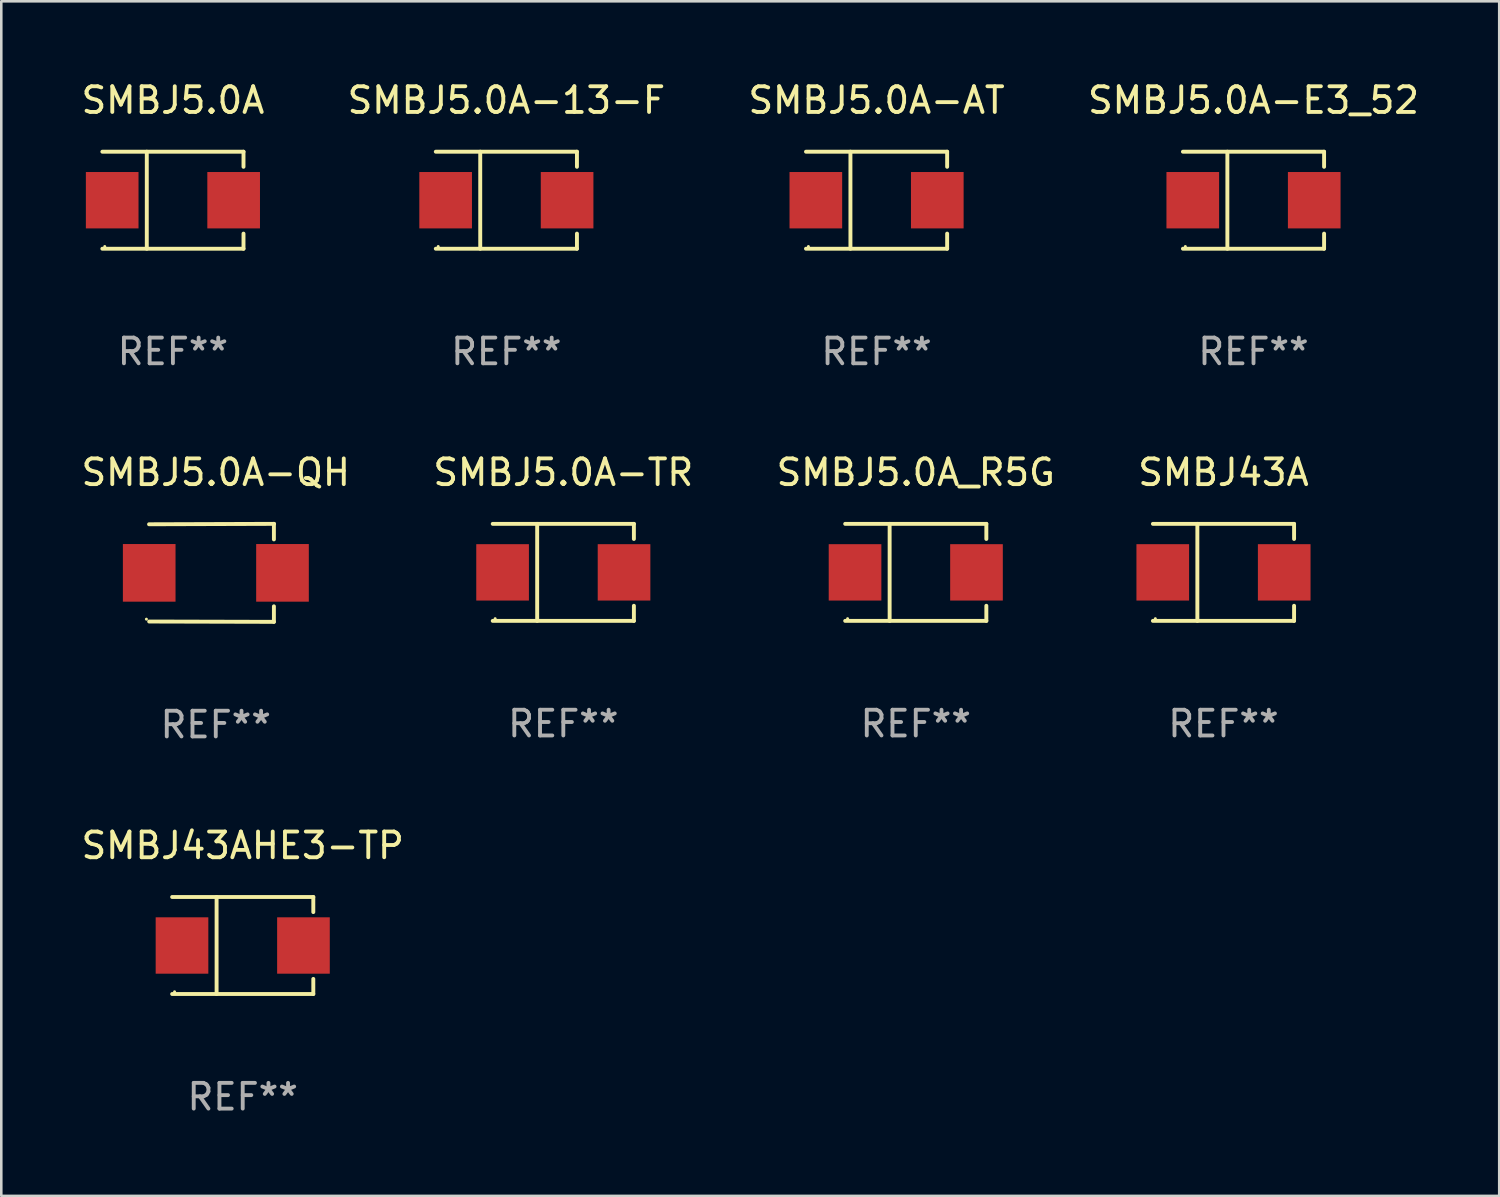
<source format=kicad_pcb>
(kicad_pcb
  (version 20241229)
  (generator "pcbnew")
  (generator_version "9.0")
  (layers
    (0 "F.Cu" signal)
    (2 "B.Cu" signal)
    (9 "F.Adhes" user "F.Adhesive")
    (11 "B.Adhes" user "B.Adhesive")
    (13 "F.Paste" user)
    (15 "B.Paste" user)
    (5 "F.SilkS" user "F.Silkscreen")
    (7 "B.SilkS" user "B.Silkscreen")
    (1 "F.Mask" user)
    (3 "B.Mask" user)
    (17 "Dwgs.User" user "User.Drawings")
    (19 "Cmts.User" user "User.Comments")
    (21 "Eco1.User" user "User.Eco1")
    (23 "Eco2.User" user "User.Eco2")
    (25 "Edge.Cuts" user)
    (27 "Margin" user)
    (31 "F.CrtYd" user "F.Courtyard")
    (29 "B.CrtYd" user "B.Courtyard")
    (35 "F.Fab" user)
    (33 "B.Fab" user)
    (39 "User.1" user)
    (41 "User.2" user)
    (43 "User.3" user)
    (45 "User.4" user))
  (footprint "SMBJ43AHE3-TP"
    (layer "F.Cu")
    (at 6.387 33.71)
    (property "Reference" "SMBJ43AHE3-TP" (at 0 -3.886 0) (layer "F.SilkS") (effects (font (size 1 1) (thickness 0.15))))
    (attr through_hole)
    (fp_line (start -2.744 -1.886) (end 2.744 -1.886) (stroke (width 0.152) (type solid)) (layer "F.SilkS"))
    (fp_line (start -2.744 1.886) (end 2.744 1.886) (stroke (width 0.152) (type solid)) (layer "F.SilkS"))
    (fp_line (start -1.016 -1.886) (end -1.016 1.886) (stroke (width 0.152) (type solid)) (layer "F.SilkS"))
    (fp_line (start 2.744 -1.886) (end 2.744 -1.299) (stroke (width 0.152) (type solid)) (layer "F.SilkS"))
    (fp_line (start 2.744 1.886) (end 2.744 1.299) (stroke (width 0.152) (type solid)) (layer "F.SilkS"))
    (fp_circle (center -2.65 1.8) (end -2.62 1.8) (stroke (width 0.06) (type solid)) (fill no) (layer "F.SilkS"))
    (fp_text user "REF**" (at 0 5.886 0) (layer "F.Fab") (effects (font (size 1 1) (thickness 0.15))))
    (pad "1" smd rect (at -2.361 0) (size 2.047 2.192) (layers "F.Cu" "F.Mask" "F.Paste"))
    (pad "2" smd rect (at 2.361 0) (size 2.047 2.192) (layers "F.Cu" "F.Mask" "F.Paste")))
  (footprint "SMBJ5.0A-TR"
    (layer "F.Cu")
    (at 18.851 19.203)
    (property "Reference" "SMBJ5.0A-TR" (at 0 -3.886 0) (layer "F.SilkS") (effects (font (size 1 1) (thickness 0.15))))
    (attr through_hole)
    (fp_line (start -2.744 -1.886) (end 2.744 -1.886) (stroke (width 0.152) (type solid)) (layer "F.SilkS"))
    (fp_line (start -2.744 1.886) (end 2.744 1.886) (stroke (width 0.152) (type solid)) (layer "F.SilkS"))
    (fp_line (start -1.016 -1.886) (end -1.016 1.886) (stroke (width 0.152) (type solid)) (layer "F.SilkS"))
    (fp_line (start 2.744 -1.886) (end 2.744 -1.299) (stroke (width 0.152) (type solid)) (layer "F.SilkS"))
    (fp_line (start 2.744 1.886) (end 2.744 1.299) (stroke (width 0.152) (type solid)) (layer "F.SilkS"))
    (fp_circle (center -2.65 1.8) (end -2.62 1.8) (stroke (width 0.06) (type solid)) (fill no) (layer "F.SilkS"))
    (fp_text user "REF**" (at 0 5.886 0) (layer "F.Fab") (effects (font (size 1 1) (thickness 0.15))))
    (pad "1" smd rect (at -2.361 0) (size 2.047 2.192) (layers "F.Cu" "F.Mask" "F.Paste"))
    (pad "2" smd rect (at 2.361 0) (size 2.047 2.192) (layers "F.Cu" "F.Mask" "F.Paste")))
  (footprint "SMBJ43A"
    (layer "F.Cu")
    (at 44.518 19.203)
    (property "Reference" "SMBJ43A" (at 0 -3.886 0) (layer "F.SilkS") (effects (font (size 1 1) (thickness 0.15))))
    (attr through_hole)
    (fp_line (start -2.744 -1.886) (end 2.744 -1.886) (stroke (width 0.152) (type solid)) (layer "F.SilkS"))
    (fp_line (start -2.744 1.886) (end 2.744 1.886) (stroke (width 0.152) (type solid)) (layer "F.SilkS"))
    (fp_line (start -1.016 -1.886) (end -1.016 1.886) (stroke (width 0.152) (type solid)) (layer "F.SilkS"))
    (fp_line (start 2.744 -1.886) (end 2.744 -1.299) (stroke (width 0.152) (type solid)) (layer "F.SilkS"))
    (fp_line (start 2.744 1.886) (end 2.744 1.299) (stroke (width 0.152) (type solid)) (layer "F.SilkS"))
    (fp_circle (center -2.65 1.8) (end -2.62 1.8) (stroke (width 0.06) (type solid)) (fill no) (layer "F.SilkS"))
    (fp_text user "REF**" (at 0 5.886 0) (layer "F.Fab") (effects (font (size 1 1) (thickness 0.15))))
    (pad "1" smd rect (at -2.361 0) (size 2.047 2.192) (layers "F.Cu" "F.Mask" "F.Paste"))
    (pad "2" smd rect (at 2.361 0) (size 2.047 2.192) (layers "F.Cu" "F.Mask" "F.Paste")))
  (footprint "SMBJ5.0A-E3_52"
    (layer "F.Cu")
    (at 45.685 4.734)
    (property "Reference" "SMBJ5.0A-E3_52" (at 0 -3.886 0) (layer "F.SilkS") (effects (font (size 1 1) (thickness 0.15))))
    (attr through_hole)
    (fp_line (start -2.744 -1.886) (end 2.744 -1.886) (stroke (width 0.152) (type solid)) (layer "F.SilkS"))
    (fp_line (start -2.744 1.886) (end 2.744 1.886) (stroke (width 0.152) (type solid)) (layer "F.SilkS"))
    (fp_line (start -1.016 -1.886) (end -1.016 1.886) (stroke (width 0.152) (type solid)) (layer "F.SilkS"))
    (fp_line (start 2.744 -1.886) (end 2.744 -1.299) (stroke (width 0.152) (type solid)) (layer "F.SilkS"))
    (fp_line (start 2.744 1.886) (end 2.744 1.299) (stroke (width 0.152) (type solid)) (layer "F.SilkS"))
    (fp_circle (center -2.65 1.8) (end -2.62 1.8) (stroke (width 0.06) (type solid)) (fill no) (layer "F.SilkS"))
    (fp_text user "REF**" (at 0 5.886 0) (layer "F.Fab") (effects (font (size 1 1) (thickness 0.15))))
    (pad "1" smd rect (at -2.361 0) (size 2.047 2.192) (layers "F.Cu" "F.Mask" "F.Paste"))
    (pad "2" smd rect (at 2.361 0) (size 2.047 2.192) (layers "F.Cu" "F.Mask" "F.Paste")))
  (footprint "SMBJ5.0A_R5G"
    (layer "F.Cu")
    (at 32.554 19.203)
    (property "Reference" "SMBJ5.0A_R5G" (at 0 -3.886 0) (layer "F.SilkS") (effects (font (size 1 1) (thickness 0.15))))
    (attr through_hole)
    (fp_line (start -2.744 -1.886) (end 2.744 -1.886) (stroke (width 0.152) (type solid)) (layer "F.SilkS"))
    (fp_line (start -2.744 1.886) (end 2.744 1.886) (stroke (width 0.152) (type solid)) (layer "F.SilkS"))
    (fp_line (start -1.016 -1.886) (end -1.016 1.886) (stroke (width 0.152) (type solid)) (layer "F.SilkS"))
    (fp_line (start 2.744 -1.886) (end 2.744 -1.299) (stroke (width 0.152) (type solid)) (layer "F.SilkS"))
    (fp_line (start 2.744 1.886) (end 2.744 1.299) (stroke (width 0.152) (type solid)) (layer "F.SilkS"))
    (fp_circle (center -2.65 1.8) (end -2.62 1.8) (stroke (width 0.06) (type solid)) (fill no) (layer "F.SilkS"))
    (fp_text user "REF**" (at 0 5.886 0) (layer "F.Fab") (effects (font (size 1 1) (thickness 0.15))))
    (pad "1" smd rect (at -2.361 0) (size 2.047 2.192) (layers "F.Cu" "F.Mask" "F.Paste"))
    (pad "2" smd rect (at 2.361 0) (size 2.047 2.192) (layers "F.Cu" "F.Mask" "F.Paste")))
  (footprint "SMBJ5.0A-13-F"
    (layer "F.Cu")
    (at 16.637 4.734)
    (property "Reference" "SMBJ5.0A-13-F" (at 0 -3.886 0) (layer "F.SilkS") (effects (font (size 1 1) (thickness 0.15))))
    (attr through_hole)
    (fp_line (start -2.744 -1.886) (end 2.744 -1.886) (stroke (width 0.152) (type solid)) (layer "F.SilkS"))
    (fp_line (start -2.744 1.886) (end 2.744 1.886) (stroke (width 0.152) (type solid)) (layer "F.SilkS"))
    (fp_line (start -1.016 -1.886) (end -1.016 1.886) (stroke (width 0.152) (type solid)) (layer "F.SilkS"))
    (fp_line (start 2.744 -1.886) (end 2.744 -1.299) (stroke (width 0.152) (type solid)) (layer "F.SilkS"))
    (fp_line (start 2.744 1.886) (end 2.744 1.299) (stroke (width 0.152) (type solid)) (layer "F.SilkS"))
    (fp_circle (center -2.65 1.8) (end -2.62 1.8) (stroke (width 0.06) (type solid)) (fill no) (layer "F.SilkS"))
    (fp_text user "REF**" (at 0 5.886 0) (layer "F.Fab") (effects (font (size 1 1) (thickness 0.15))))
    (pad "1" smd rect (at -2.361 0) (size 2.047 2.192) (layers "F.Cu" "F.Mask" "F.Paste"))
    (pad "2" smd rect (at 2.361 0) (size 2.047 2.192) (layers "F.Cu" "F.Mask" "F.Paste")))
  (footprint "SMBJ5.0A-AT"
    (layer "F.Cu")
    (at 31.03 4.734)
    (property "Reference" "SMBJ5.0A-AT" (at 0 -3.886 0) (layer "F.SilkS") (effects (font (size 1 1) (thickness 0.15))))
    (attr through_hole)
    (fp_line (start -2.744 -1.886) (end 2.744 -1.886) (stroke (width 0.152) (type solid)) (layer "F.SilkS"))
    (fp_line (start -2.744 1.886) (end 2.744 1.886) (stroke (width 0.152) (type solid)) (layer "F.SilkS"))
    (fp_line (start -1.016 -1.886) (end -1.016 1.886) (stroke (width 0.152) (type solid)) (layer "F.SilkS"))
    (fp_line (start 2.744 -1.886) (end 2.744 -1.299) (stroke (width 0.152) (type solid)) (layer "F.SilkS"))
    (fp_line (start 2.744 1.886) (end 2.744 1.299) (stroke (width 0.152) (type solid)) (layer "F.SilkS"))
    (fp_circle (center -2.65 1.8) (end -2.62 1.8) (stroke (width 0.06) (type solid)) (fill no) (layer "F.SilkS"))
    (fp_text user "REF**" (at 0 5.886 0) (layer "F.Fab") (effects (font (size 1 1) (thickness 0.15))))
    (pad "1" smd rect (at -2.361 0) (size 2.047 2.192) (layers "F.Cu" "F.Mask" "F.Paste"))
    (pad "2" smd rect (at 2.361 0) (size 2.047 2.192) (layers "F.Cu" "F.Mask" "F.Paste")))
  (footprint "SMBJ5.0A"
    (layer "F.Cu")
    (at 3.673 4.734)
    (property "Reference" "SMBJ5.0A" (at 0 -3.886 0) (layer "F.SilkS") (effects (font (size 1 1) (thickness 0.15))))
    (attr through_hole)
    (fp_line (start -2.744 -1.886) (end 2.744 -1.886) (stroke (width 0.152) (type solid)) (layer "F.SilkS"))
    (fp_line (start -2.744 1.886) (end 2.744 1.886) (stroke (width 0.152) (type solid)) (layer "F.SilkS"))
    (fp_line (start -1.016 -1.886) (end -1.016 1.886) (stroke (width 0.152) (type solid)) (layer "F.SilkS"))
    (fp_line (start 2.744 -1.886) (end 2.744 -1.299) (stroke (width 0.152) (type solid)) (layer "F.SilkS"))
    (fp_line (start 2.744 1.886) (end 2.744 1.299) (stroke (width 0.152) (type solid)) (layer "F.SilkS"))
    (fp_circle (center -2.65 1.8) (end -2.62 1.8) (stroke (width 0.06) (type solid)) (fill no) (layer "F.SilkS"))
    (fp_text user "REF**" (at 0 5.886 0) (layer "F.Fab") (effects (font (size 1 1) (thickness 0.15))))
    (pad "1" smd rect (at -2.361 0) (size 2.047 2.192) (layers "F.Cu" "F.Mask" "F.Paste"))
    (pad "2" smd rect (at 2.361 0) (size 2.047 2.192) (layers "F.Cu" "F.Mask" "F.Paste")))
  (footprint "SMBJ5.0A-QH"
    (layer "F.Cu")
    (at 5.339 19.222)
    (property "Reference" "SMBJ5.0A-QH" (at 0 -3.905 0) (layer "F.SilkS") (effects (font (size 1 1) (thickness 0.15))))
    (attr through_hole)
    (fp_line (start 2.256 -1.905) (end -2.594 -1.889) (stroke (width 0.152) (type solid)) (layer "F.SilkS"))
    (fp_line (start 2.256 -1.905) (end 2.26 -1.905) (stroke (width 0.152) (type solid)) (layer "F.SilkS"))
    (fp_line (start 2.26 -1.905) (end 2.26 -1.301) (stroke (width 0.152) (type solid)) (layer "F.SilkS"))
    (fp_line (start 2.26 1.301) (end 2.26 1.905) (stroke (width 0.152) (type solid)) (layer "F.SilkS"))
    (fp_line (start 2.26 1.905) (end -2.59 1.892) (stroke (width 0.152) (type solid)) (layer "F.SilkS"))
    (fp_circle (center -2.697 1.8) (end -2.667 1.8) (stroke (width 0.06) (type solid)) (fill no) (layer "F.SilkS"))
    (fp_text user "REF**" (at 0 5.905 0) (layer "F.Fab") (effects (font (size 1 1) (thickness 0.15))))
    (pad "1" smd rect (at -2.588 0) (size 2.047 2.241) (layers "F.Cu" "F.Mask" "F.Paste"))
    (pad "2" smd rect (at 2.594 0) (size 2.047 2.241) (layers "F.Cu" "F.Mask" "F.Paste")))
  (gr_rect
    (start -3 -3)
    (end 55.238 43.444)
    (stroke (width 0.1) (type default))
    (fill no)
    (layer "Edge.Cuts")))
</source>
